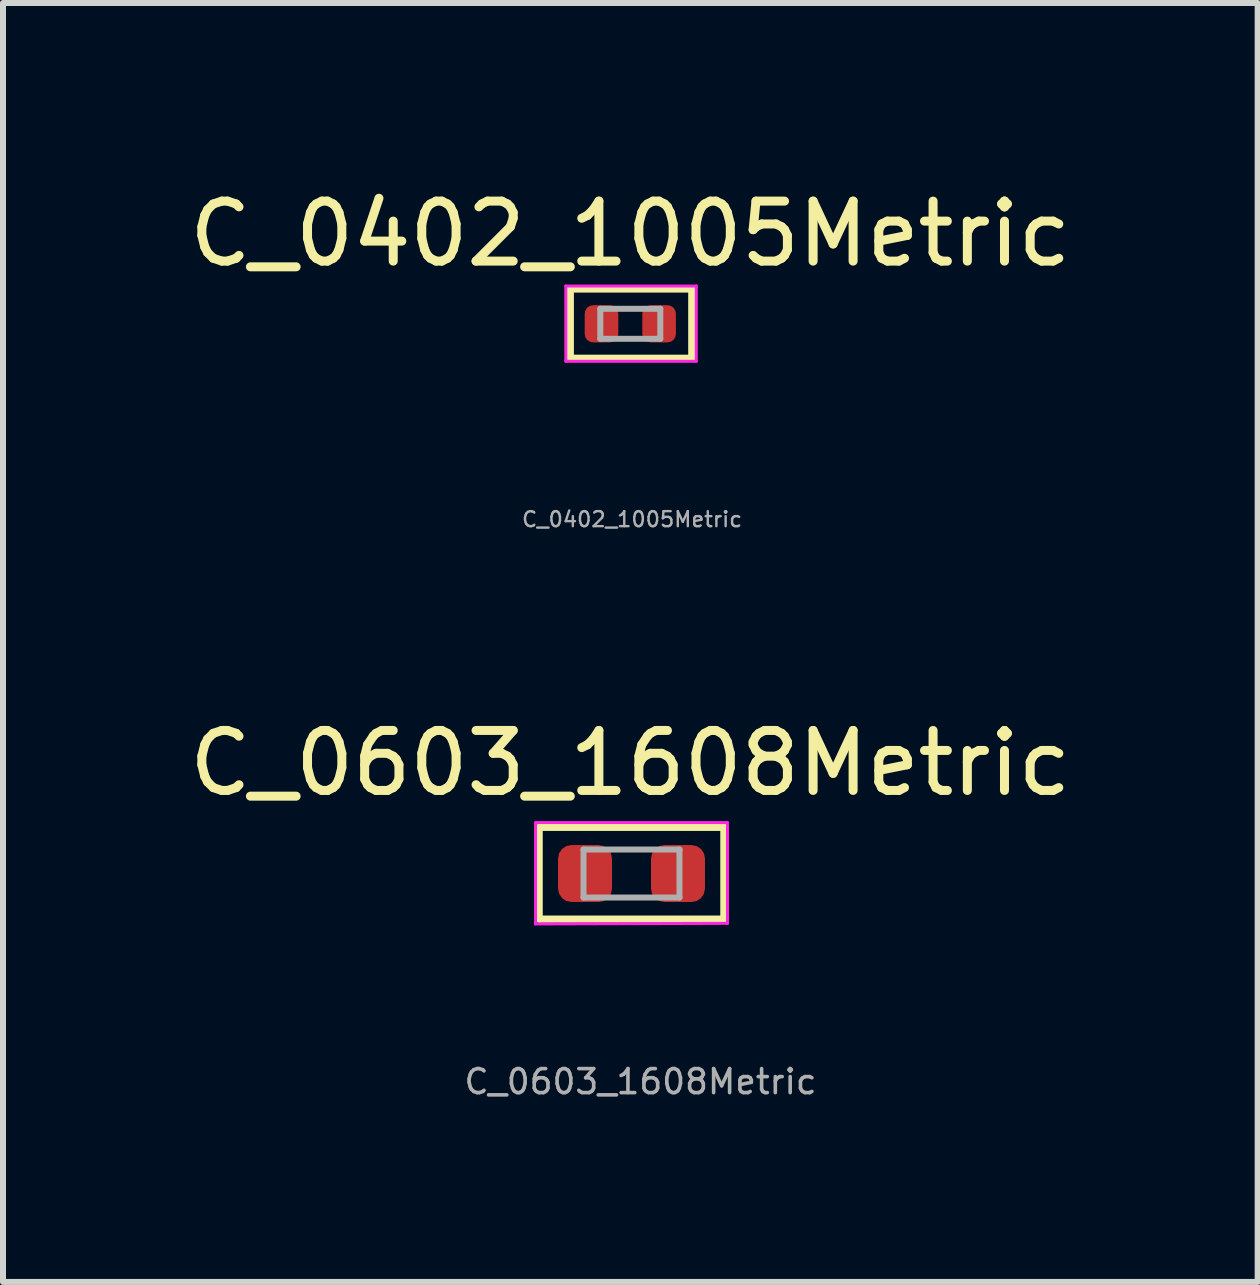
<source format=kicad_pcb>
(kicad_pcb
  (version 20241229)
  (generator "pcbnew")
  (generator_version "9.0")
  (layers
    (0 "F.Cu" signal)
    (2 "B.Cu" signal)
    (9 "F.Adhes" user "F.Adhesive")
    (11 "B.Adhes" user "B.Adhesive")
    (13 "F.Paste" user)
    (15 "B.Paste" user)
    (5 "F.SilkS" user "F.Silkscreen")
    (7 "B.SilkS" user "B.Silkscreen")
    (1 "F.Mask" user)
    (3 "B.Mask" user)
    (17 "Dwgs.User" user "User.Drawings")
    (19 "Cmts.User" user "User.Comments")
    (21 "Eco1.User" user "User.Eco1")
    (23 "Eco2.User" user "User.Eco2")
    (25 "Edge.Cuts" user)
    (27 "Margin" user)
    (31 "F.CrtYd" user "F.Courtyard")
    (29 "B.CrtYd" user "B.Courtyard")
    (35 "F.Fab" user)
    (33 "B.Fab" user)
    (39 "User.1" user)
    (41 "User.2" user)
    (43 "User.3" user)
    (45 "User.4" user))
  (footprint "C_0603_1608Metric"
    (layer "F.Cu")
    (at 7.478 11.513)
    (property "Reference" "C_0603_1608Metric" (at -0.02 -1.84 0) (layer "F.SilkS") (effects (font (size 1 1) (thickness 0.15))))
    (attr smd)
    (fp_line (start -1.54 -0.77) (end 1.54 -0.77) (stroke (width 0.12) (type solid)) (layer "F.SilkS"))
    (fp_line (start -1.54 0.76) (end -1.54 -0.76) (stroke (width 0.12) (type solid)) (layer "F.SilkS"))
    (fp_line (start -1.532 0.76) (end 1.532 0.76) (stroke (width 0.12) (type solid)) (layer "F.SilkS"))
    (fp_line (start 1.54 0.76) (end 1.54 -0.77) (stroke (width 0.12) (type solid)) (layer "F.SilkS"))
    (fp_line (start -1.6 0.84) (end -1.6 -0.85) (stroke (width 0.05) (type solid)) (layer "F.CrtYd"))
    (fp_line (start -1.59 -0.85) (end 1.6 -0.85) (stroke (width 0.05) (type solid)) (layer "F.CrtYd"))
    (fp_line (start 1.6 -0.85) (end 1.6 0.83) (stroke (width 0.05) (type solid)) (layer "F.CrtYd"))
    (fp_line (start 1.6 0.83) (end -1.6 0.84) (stroke (width 0.05) (type solid)) (layer "F.CrtYd"))
    (fp_line (start -0.8 -0.4) (end 0.8 -0.4) (stroke (width 0.1) (type solid)) (layer "F.Fab"))
    (fp_line (start -0.8 0.4) (end -0.8 -0.4) (stroke (width 0.1) (type solid)) (layer "F.Fab"))
    (fp_line (start 0.8 -0.4) (end 0.8 0.4) (stroke (width 0.1) (type solid)) (layer "F.Fab"))
    (fp_line (start 0.8 0.4) (end -0.8 0.4) (stroke (width 0.1) (type solid)) (layer "F.Fab"))
    (fp_text user "${REFERENCE}" (at 0.15 3.47 0) (layer "F.Fab") (effects (font (size 0.4 0.4) (thickness 0.06))))
    (pad "1" smd roundrect (at -0.775 0) (size 0.9 0.95) (layers "F.Cu" "F.Mask" "F.Paste") (roundrect_rratio 0.25))
    (pad "2" smd roundrect (at 0.775 0) (size 0.9 0.95) (layers "F.Cu" "F.Mask" "F.Paste") (roundrect_rratio 0.25)))
  (footprint "C_0402_1005Metric"
    (layer "F.Cu")
    (at 7.458 2.348)
    (property "Reference" "C_0402_1005Metric" (at 0 -1.5 0) (layer "F.SilkS") (effects (font (size 1 1) (thickness 0.15))))
    (attr smd)
    (fp_line (start -1.006 -0.58) (end 1.026 -0.58) (stroke (width 0.12) (type solid)) (layer "F.SilkS"))
    (fp_line (start -1 0.575) (end -1 -0.525) (stroke (width 0.12) (type solid)) (layer "F.SilkS"))
    (fp_line (start -0.975 0.575) (end 1.025 0.575) (stroke (width 0.12) (type solid)) (layer "F.SilkS"))
    (fp_line (start 1.025 0.575) (end 1.025 -0.525) (stroke (width 0.12) (type solid)) (layer "F.SilkS"))
    (fp_line (start -1.075 -0.63) (end 1.1 -0.63) (stroke (width 0.05) (type solid)) (layer "F.CrtYd"))
    (fp_line (start -1.075 0.625) (end -1.075 -0.63) (stroke (width 0.05) (type solid)) (layer "F.CrtYd"))
    (fp_line (start 1.1 -0.63) (end 1.1 0.625) (stroke (width 0.05) (type solid)) (layer "F.CrtYd"))
    (fp_line (start 1.1 0.625) (end -1.075 0.625) (stroke (width 0.05) (type solid)) (layer "F.CrtYd"))
    (fp_line (start -0.5 -0.25) (end 0.5 -0.25) (stroke (width 0.1) (type solid)) (layer "F.Fab"))
    (fp_line (start -0.5 0.25) (end -0.5 -0.25) (stroke (width 0.1) (type solid)) (layer "F.Fab"))
    (fp_line (start 0.5 -0.25) (end 0.5 0.25) (stroke (width 0.1) (type solid)) (layer "F.Fab"))
    (fp_line (start 0.5 0.25) (end -0.5 0.25) (stroke (width 0.1) (type solid)) (layer "F.Fab"))
    (fp_text user "${REFERENCE}" (at 0.03 3.26 0) (layer "F.Fab") (effects (font (size 0.25 0.25) (thickness 0.04))))
    (pad "1" smd roundrect (at -0.48 0) (size 0.56 0.62) (layers "F.Cu" "F.Mask" "F.Paste") (roundrect_rratio 0.25))
    (pad "2" smd roundrect (at 0.48 0) (size 0.56 0.62) (layers "F.Cu" "F.Mask" "F.Paste") (roundrect_rratio 0.25)))
  (gr_rect
    (start -3 -3)
    (end 17.917 18.322)
    (stroke (width 0.1) (type default))
    (fill no)
    (layer "Edge.Cuts")))
</source>
